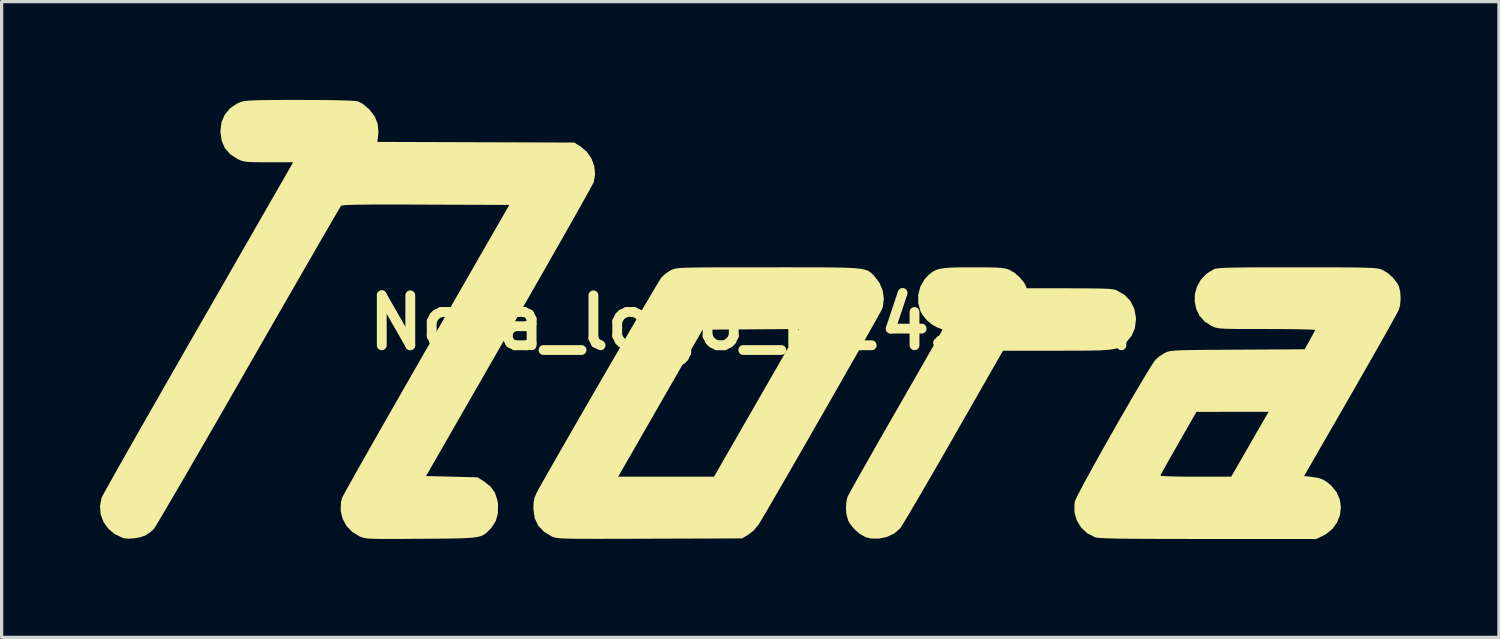
<source format=kicad_pcb>
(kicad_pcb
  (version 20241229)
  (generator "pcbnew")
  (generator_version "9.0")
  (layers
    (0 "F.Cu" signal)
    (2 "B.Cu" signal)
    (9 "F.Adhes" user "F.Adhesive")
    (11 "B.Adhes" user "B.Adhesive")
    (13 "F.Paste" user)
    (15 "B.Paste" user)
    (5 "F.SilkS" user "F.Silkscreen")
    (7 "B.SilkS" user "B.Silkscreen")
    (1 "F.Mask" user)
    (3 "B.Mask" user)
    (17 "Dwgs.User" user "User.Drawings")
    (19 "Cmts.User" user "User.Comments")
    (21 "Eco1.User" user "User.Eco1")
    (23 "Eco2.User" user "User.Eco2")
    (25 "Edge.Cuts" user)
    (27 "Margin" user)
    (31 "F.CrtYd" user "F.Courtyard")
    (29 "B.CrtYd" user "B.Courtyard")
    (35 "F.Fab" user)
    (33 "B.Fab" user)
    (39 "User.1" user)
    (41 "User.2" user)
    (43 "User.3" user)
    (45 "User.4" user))
  (footprint "Nora_logo_H14.1mm"
    (layer "F.Cu")
    (at 19.884 6.796)
    (property "Reference" "Nora_logo_H14.1mm" (at 0 0 0) (layer "F.SilkS") (effects (font (size 1.524 1.524) (thickness 0.3))))
    (attr board_only exclude_from_pos_files exclude_from_bom)
    (fp_poly (pts (xy 7.058 -1.689) (xy 7.291 -1.686) (xy 7.469 -1.681) (xy 7.603 -1.672) (xy 7.704 -1.66) (xy 7.783 -1.642) (xy 7.851 -1.62) (xy 7.853 -1.619) (xy 8.014 -1.528) (xy 8.175 -1.391) (xy 8.306 -1.235) (xy 8.358 -1.144) (xy 8.401 -1.049) (xy 9.698 -1.049) (xy 10.063 -1.048) (xy 10.359 -1.046) (xy 10.593 -1.043) (xy 10.775 -1.037) (xy 10.912 -1.03) (xy 11.012 -1.019) (xy 11.084 -1.006) (xy 11.135 -0.989) (xy 11.136 -0.989) (xy 11.377 -0.851) (xy 11.558 -0.665) (xy 11.675 -0.435) (xy 11.726 -0.168) (xy 11.728 -0.097) (xy 11.696 0.169) (xy 11.597 0.399) (xy 11.439 0.593) (xy 11.375 0.653) (xy 11.314 0.703) (xy 11.246 0.744) (xy 11.166 0.777) (xy 11.066 0.803) (xy 10.938 0.822) (xy 10.775 0.836) (xy 10.57 0.845) (xy 10.315 0.851) (xy 10.002 0.854) (xy 9.624 0.855) (xy 9.304 0.856) (xy 7.67 0.857) (xy 6.156 3.504) (xy 5.915 3.924) (xy 5.683 4.327) (xy 5.463 4.707) (xy 5.259 5.059) (xy 5.073 5.378) (xy 4.909 5.657) (xy 4.77 5.892) (xy 4.659 6.077) (xy 4.579 6.207) (xy 4.534 6.276) (xy 4.528 6.282) (xy 4.35 6.434) (xy 4.127 6.538) (xy 3.883 6.59) (xy 3.639 6.585) (xy 3.476 6.543) (xy 3.302 6.445) (xy 3.133 6.298) (xy 2.996 6.127) (xy 2.948 6.039) (xy 2.896 5.861) (xy 2.878 5.649) (xy 2.896 5.439) (xy 2.927 5.321) (xy 2.954 5.265) (xy 3.017 5.149) (xy 3.112 4.976) (xy 3.237 4.752) (xy 3.388 4.484) (xy 3.562 4.177) (xy 3.755 3.837) (xy 3.965 3.469) (xy 4.189 3.078) (xy 4.401 2.709) (xy 4.632 2.306) (xy 4.852 1.924) (xy 5.057 1.567) (xy 5.244 1.24) (xy 5.41 0.949) (xy 5.553 0.7) (xy 5.669 0.496) (xy 5.755 0.344) (xy 5.808 0.249) (xy 5.826 0.216) (xy 5.793 0.195) (xy 5.711 0.163) (xy 5.685 0.154) (xy 5.519 0.068) (xy 5.355 -0.068) (xy 5.219 -0.232) (xy 5.155 -0.345) (xy 5.085 -0.593) (xy 5.085 -0.85) (xy 5.149 -1.099) (xy 5.276 -1.322) (xy 5.387 -1.442) (xy 5.473 -1.515) (xy 5.556 -1.572) (xy 5.646 -1.615) (xy 5.756 -1.646) (xy 5.895 -1.667) (xy 6.074 -1.68) (xy 6.305 -1.687) (xy 6.597 -1.689) (xy 6.758 -1.689)) (stroke (width 0) (type solid)) (fill yes) (layer "F.SilkS"))
    (fp_poly (pts (xy 1.533 -1.689) (xy 1.944 -1.689) (xy 2.295 -1.687) (xy 2.59 -1.683) (xy 2.835 -1.678) (xy 3.035 -1.67) (xy 3.197 -1.659) (xy 3.325 -1.644) (xy 3.426 -1.626) (xy 3.505 -1.603) (xy 3.567 -1.576) (xy 3.618 -1.543) (xy 3.663 -1.504) (xy 3.708 -1.46) (xy 3.748 -1.42) (xy 3.904 -1.214) (xy 4.002 -0.977) (xy 4.036 -0.727) (xy 4.004 -0.482) (xy 3.986 -0.427) (xy 3.96 -0.376) (xy 3.899 -0.264) (xy 3.806 -0.095) (xy 3.683 0.123) (xy 3.535 0.386) (xy 3.364 0.687) (xy 3.175 1.022) (xy 2.969 1.383) (xy 2.751 1.766) (xy 2.523 2.164) (xy 2.29 2.573) (xy 2.053 2.985) (xy 1.818 3.396) (xy 1.586 3.8) (xy 1.361 4.191) (xy 1.147 4.563) (xy 0.946 4.91) (xy 0.762 5.228) (xy 0.599 5.509) (xy 0.459 5.749) (xy 0.346 5.941) (xy 0.263 6.081) (xy 0.213 6.161) (xy 0.212 6.163) (xy 0.059 6.347) (xy -0.106 6.474) (xy -0.291 6.583) (xy -3.107 6.592) (xy -3.642 6.594) (xy -4.106 6.595) (xy -4.502 6.596) (xy -4.838 6.596) (xy -5.119 6.595) (xy -5.35 6.594) (xy -5.536 6.591) (xy -5.685 6.587) (xy -5.8 6.582) (xy -5.889 6.575) (xy -5.955 6.566) (xy -6.006 6.556) (xy -6.046 6.544) (xy -6.081 6.53) (xy -6.098 6.522) (xy -6.336 6.379) (xy -6.508 6.196) (xy -6.615 5.971) (xy -6.657 5.703) (xy -6.658 5.651) (xy -6.651 5.476) (xy -6.623 5.34) (xy -6.568 5.208) (xy -6.556 5.185) (xy -6.494 5.071) (xy -6.4 4.902) (xy -6.285 4.699) (xy -4.071 4.699) (xy -1.146 4.699) (xy 0.019 2.672) (xy 0.232 2.301) (xy 0.437 1.945) (xy 0.63 1.61) (xy 0.807 1.302) (xy 0.963 1.029) (xy 1.097 0.797) (xy 1.202 0.613) (xy 1.276 0.483) (xy 1.313 0.419) (xy 1.442 0.193) (xy -1.494 0.214) (xy -2.119 1.301) (xy -2.306 1.628) (xy -2.52 2) (xy -2.749 2.398) (xy -2.979 2.799) (xy -3.2 3.183) (xy -3.398 3.527) (xy -3.407 3.544) (xy -4.071 4.699) (xy -6.285 4.699) (xy -6.276 4.683) (xy -6.126 4.42) (xy -5.954 4.118) (xy -5.762 3.783) (xy -5.555 3.422) (xy -5.334 3.039) (xy -5.104 2.64) (xy -4.868 2.232) (xy -4.629 1.819) (xy -4.391 1.408) (xy -4.156 1.004) (xy -3.929 0.613) (xy -3.712 0.241) (xy -3.509 -0.106) (xy -3.323 -0.424) (xy -3.157 -0.705) (xy -3.016 -0.945) (xy -2.901 -1.138) (xy -2.817 -1.277) (xy -2.766 -1.358) (xy -2.754 -1.374) (xy -2.637 -1.486) (xy -2.496 -1.583) (xy -2.45 -1.607) (xy -2.415 -1.623) (xy -2.378 -1.636) (xy -2.334 -1.648) (xy -2.277 -1.658) (xy -2.202 -1.666) (xy -2.103 -1.673) (xy -1.973 -1.678) (xy -1.809 -1.682) (xy -1.604 -1.685) (xy -1.351 -1.687) (xy -1.047 -1.688) (xy -0.684 -1.689) (xy -0.258 -1.689) (xy 0.237 -1.689) (xy 0.505 -1.689) (xy 1.055 -1.69)) (stroke (width 0) (type solid)) (fill yes) (layer "F.SilkS"))
    (fp_poly (pts (xy 17.137 -1.689) (xy 17.561 -1.689) (xy 17.919 -1.688) (xy 18.218 -1.686) (xy 18.464 -1.684) (xy 18.663 -1.68) (xy 18.821 -1.675) (xy 18.944 -1.669) (xy 19.038 -1.661) (xy 19.11 -1.652) (xy 19.165 -1.641) (xy 19.21 -1.627) (xy 19.232 -1.619) (xy 19.407 -1.519) (xy 19.574 -1.369) (xy 19.707 -1.194) (xy 19.753 -1.104) (xy 19.793 -0.942) (xy 19.805 -0.743) (xy 19.788 -0.542) (xy 19.753 -0.403) (xy 19.725 -0.345) (xy 19.661 -0.226) (xy 19.565 -0.051) (xy 19.44 0.175) (xy 19.288 0.445) (xy 19.114 0.753) (xy 18.92 1.095) (xy 18.709 1.464) (xy 18.485 1.855) (xy 18.279 2.214) (xy 16.859 4.68) (xy 17.081 4.704) (xy 17.279 4.735) (xy 17.431 4.785) (xy 17.567 4.869) (xy 17.688 4.972) (xy 17.85 5.17) (xy 17.948 5.394) (xy 17.982 5.63) (xy 17.955 5.867) (xy 17.868 6.091) (xy 17.725 6.291) (xy 17.527 6.453) (xy 17.421 6.51) (xy 17.225 6.602) (xy 13.923 6.6) (xy 13.318 6.6) (xy 12.785 6.599) (xy 12.321 6.598) (xy 11.921 6.596) (xy 11.581 6.593) (xy 11.296 6.59) (xy 11.061 6.586) (xy 10.873 6.581) (xy 10.726 6.575) (xy 10.616 6.568) (xy 10.538 6.56) (xy 10.489 6.551) (xy 10.476 6.547) (xy 10.242 6.425) (xy 10.056 6.251) (xy 9.924 6.036) (xy 9.853 5.794) (xy 9.851 5.537) (xy 9.865 5.455) (xy 9.893 5.386) (xy 9.955 5.257) (xy 10.049 5.077) (xy 10.169 4.851) (xy 10.272 4.663) (xy 12.473 4.663) (xy 12.507 4.674) (xy 12.613 4.683) (xy 12.786 4.69) (xy 13.02 4.696) (xy 13.311 4.699) (xy 13.548 4.699) (xy 14.636 4.699) (xy 15.11 3.874) (xy 15.248 3.635) (xy 15.378 3.408) (xy 15.494 3.207) (xy 15.589 3.043) (xy 15.656 2.927) (xy 15.68 2.884) (xy 15.776 2.719) (xy 14.675 2.72) (xy 13.574 2.722) (xy 13.03 3.674) (xy 12.889 3.921) (xy 12.76 4.148) (xy 12.65 4.344) (xy 12.562 4.5) (xy 12.502 4.609) (xy 12.474 4.66) (xy 12.473 4.663) (xy 10.272 4.663) (xy 10.312 4.589) (xy 10.474 4.296) (xy 10.65 3.981) (xy 10.835 3.651) (xy 11.027 3.312) (xy 11.22 2.974) (xy 11.411 2.642) (xy 11.595 2.325) (xy 11.768 2.029) (xy 11.926 1.763) (xy 12.064 1.533) (xy 12.179 1.347) (xy 12.266 1.212) (xy 12.321 1.136) (xy 12.326 1.131) (xy 12.44 1.031) (xy 12.579 0.94) (xy 12.622 0.918) (xy 12.663 0.899) (xy 12.706 0.884) (xy 12.758 0.871) (xy 12.825 0.861) (xy 12.915 0.852) (xy 13.034 0.845) (xy 13.189 0.84) (xy 13.387 0.836) (xy 13.634 0.832) (xy 13.937 0.829) (xy 14.303 0.827) (xy 14.738 0.824) (xy 14.836 0.824) (xy 16.875 0.812) (xy 17.031 0.533) (xy 17.104 0.4) (xy 17.162 0.293) (xy 17.195 0.231) (xy 17.199 0.224) (xy 17.164 0.217) (xy 17.06 0.211) (xy 16.895 0.206) (xy 16.678 0.201) (xy 16.416 0.197) (xy 16.117 0.195) (xy 15.791 0.194) (xy 15.723 0.194) (xy 15.344 0.194) (xy 15.034 0.193) (xy 14.786 0.192) (xy 14.591 0.189) (xy 14.44 0.184) (xy 14.326 0.177) (xy 14.241 0.168) (xy 14.175 0.155) (xy 14.122 0.138) (xy 14.073 0.118) (xy 14.035 0.101) (xy 13.823 -0.036) (xy 13.667 -0.214) (xy 13.566 -0.422) (xy 13.52 -0.648) (xy 13.529 -0.88) (xy 13.592 -1.105) (xy 13.709 -1.314) (xy 13.88 -1.492) (xy 14.098 -1.627) (xy 14.133 -1.64) (xy 14.182 -1.651) (xy 14.25 -1.66) (xy 14.344 -1.668) (xy 14.469 -1.674) (xy 14.631 -1.679) (xy 14.836 -1.683) (xy 15.09 -1.686) (xy 15.399 -1.688) (xy 15.768 -1.689) (xy 16.205 -1.689) (xy 16.642 -1.689)) (stroke (width 0) (type solid)) (fill yes) (layer "F.SilkS"))
    (fp_poly (pts (xy -13.79 -6.796) (xy -13.33 -6.795) (xy -12.933 -6.792) (xy -12.604 -6.787) (xy -12.344 -6.779) (xy -12.156 -6.77) (xy -12.043 -6.758) (xy -12.02 -6.754) (xy -11.862 -6.676) (xy -11.684 -6.526) (xy -11.666 -6.508) (xy -11.5 -6.294) (xy -11.408 -6.064) (xy -11.386 -5.809) (xy -11.396 -5.707) (xy -11.421 -5.516) (xy -8.416 -5.506) (xy -5.412 -5.496) (xy -5.222 -5.378) (xy -5.028 -5.216) (xy -4.885 -5.008) (xy -4.799 -4.772) (xy -4.775 -4.523) (xy -4.816 -4.29) (xy -4.841 -4.239) (xy -4.903 -4.125) (xy -4.998 -3.951) (xy -5.126 -3.723) (xy -5.283 -3.444) (xy -5.466 -3.118) (xy -5.675 -2.749) (xy -5.906 -2.342) (xy -6.158 -1.901) (xy -6.427 -1.429) (xy -6.712 -0.931) (xy -7.01 -0.41) (xy -7.318 0.128) (xy -7.399 0.268) (xy -9.933 4.68) (xy -9.148 4.699) (xy -8.363 4.719) (xy -8.173 4.837) (xy -7.967 4.999) (xy -7.829 5.194) (xy -7.753 5.43) (xy -7.737 5.558) (xy -7.744 5.828) (xy -7.807 6.055) (xy -7.933 6.251) (xy -7.978 6.3) (xy -8.042 6.365) (xy -8.1 6.42) (xy -8.159 6.464) (xy -8.229 6.5) (xy -8.314 6.528) (xy -8.424 6.549) (xy -8.566 6.564) (xy -8.747 6.575) (xy -8.974 6.583) (xy -9.256 6.588) (xy -9.599 6.591) (xy -10.011 6.594) (xy -10.087 6.594) (xy -10.492 6.597) (xy -10.827 6.599) (xy -11.1 6.599) (xy -11.318 6.598) (xy -11.489 6.596) (xy -11.62 6.591) (xy -11.72 6.584) (xy -11.795 6.574) (xy -11.854 6.561) (xy -11.904 6.545) (xy -11.953 6.525) (xy -11.962 6.521) (xy -12.187 6.385) (xy -12.362 6.201) (xy -12.481 5.98) (xy -12.539 5.736) (xy -12.53 5.484) (xy -12.491 5.335) (xy -12.465 5.284) (xy -12.403 5.169) (xy -12.306 4.995) (xy -12.178 4.766) (xy -12.021 4.486) (xy -11.836 4.16) (xy -11.627 3.791) (xy -11.396 3.384) (xy -11.144 2.942) (xy -10.874 2.47) (xy -10.59 1.973) (xy -10.292 1.453) (xy -9.984 0.915) (xy -9.915 0.796) (xy -7.393 -3.593) (xy -9.938 -3.602) (xy -10.468 -3.604) (xy -10.924 -3.605) (xy -11.312 -3.605) (xy -11.637 -3.604) (xy -11.903 -3.601) (xy -12.115 -3.598) (xy -12.277 -3.593) (xy -12.396 -3.587) (xy -12.474 -3.579) (xy -12.517 -3.57) (xy -12.529 -3.564) (xy -12.553 -3.525) (xy -12.614 -3.422) (xy -12.709 -3.26) (xy -12.835 -3.042) (xy -12.992 -2.772) (xy -13.177 -2.453) (xy -13.386 -2.09) (xy -13.619 -1.686) (xy -13.873 -1.245) (xy -14.146 -0.771) (xy -14.436 -0.267) (xy -14.74 0.261) (xy -15.056 0.812) (xy -15.359 1.34) (xy -15.685 1.909) (xy -16.002 2.46) (xy -16.307 2.99) (xy -16.598 3.494) (xy -16.874 3.97) (xy -17.13 4.413) (xy -17.366 4.819) (xy -17.579 5.184) (xy -17.767 5.505) (xy -17.927 5.778) (xy -18.058 5.998) (xy -18.156 6.162) (xy -18.22 6.266) (xy -18.247 6.305) (xy -18.352 6.396) (xy -18.479 6.481) (xy -18.503 6.494) (xy -18.651 6.547) (xy -18.832 6.58) (xy -19.015 6.591) (xy -19.165 6.575) (xy -19.186 6.568) (xy -19.433 6.452) (xy -19.632 6.285) (xy -19.777 6.079) (xy -19.863 5.846) (xy -19.884 5.596) (xy -19.834 5.342) (xy -19.831 5.335) (xy -19.806 5.285) (xy -19.744 5.171) (xy -19.648 4.997) (xy -19.519 4.768) (xy -19.361 4.486) (xy -19.174 4.156) (xy -18.962 3.782) (xy -18.727 3.368) (xy -18.47 2.917) (xy -18.193 2.433) (xy -17.9 1.92) (xy -17.592 1.382) (xy -17.272 0.822) (xy -16.941 0.245) (xy -16.883 0.146) (xy -13.989 -4.894) (xy -14.733 -4.894) (xy -14.994 -4.895) (xy -15.19 -4.897) (xy -15.335 -4.903) (xy -15.442 -4.913) (xy -15.524 -4.929) (xy -15.594 -4.952) (xy -15.666 -4.984) (xy -15.671 -4.986) (xy -15.902 -5.132) (xy -16.069 -5.319) (xy -16.17 -5.549) (xy -16.208 -5.824) (xy -16.209 -5.847) (xy -16.175 -6.116) (xy -16.073 -6.352) (xy -15.91 -6.546) (xy -15.692 -6.691) (xy -15.579 -6.737) (xy -15.524 -6.752) (xy -15.45 -6.765) (xy -15.35 -6.775) (xy -15.217 -6.782) (xy -15.043 -6.788) (xy -14.821 -6.792) (xy -14.544 -6.795) (xy -14.204 -6.796) (xy -13.793 -6.796)) (stroke (width 0) (type solid)) (fill yes) (layer "F.SilkS")))
  (gr_rect
    (start -3 -3)
    (end 42.689 16.398)
    (stroke (width 0.1) (type default))
    (fill no)
    (layer "Edge.Cuts")))
</source>
